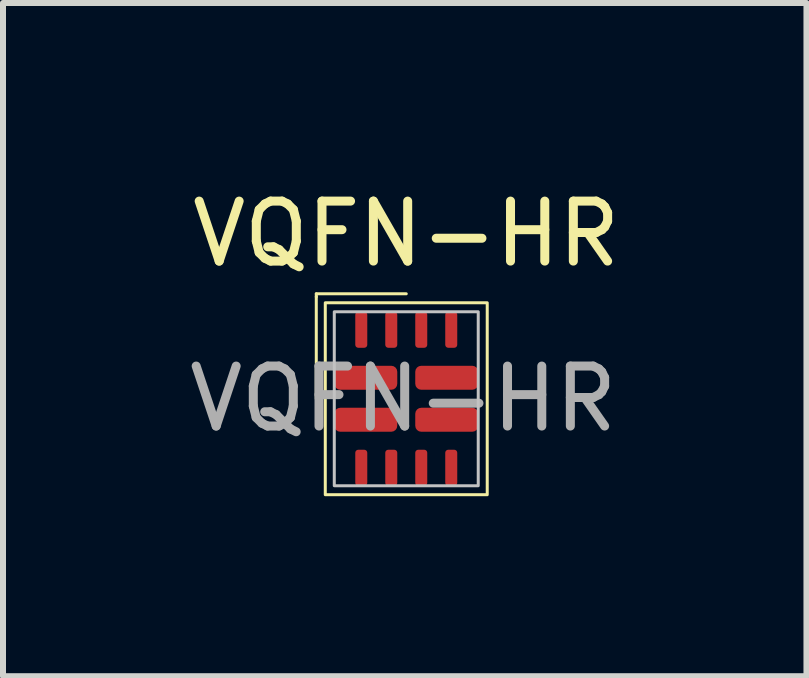
<source format=kicad_pcb>
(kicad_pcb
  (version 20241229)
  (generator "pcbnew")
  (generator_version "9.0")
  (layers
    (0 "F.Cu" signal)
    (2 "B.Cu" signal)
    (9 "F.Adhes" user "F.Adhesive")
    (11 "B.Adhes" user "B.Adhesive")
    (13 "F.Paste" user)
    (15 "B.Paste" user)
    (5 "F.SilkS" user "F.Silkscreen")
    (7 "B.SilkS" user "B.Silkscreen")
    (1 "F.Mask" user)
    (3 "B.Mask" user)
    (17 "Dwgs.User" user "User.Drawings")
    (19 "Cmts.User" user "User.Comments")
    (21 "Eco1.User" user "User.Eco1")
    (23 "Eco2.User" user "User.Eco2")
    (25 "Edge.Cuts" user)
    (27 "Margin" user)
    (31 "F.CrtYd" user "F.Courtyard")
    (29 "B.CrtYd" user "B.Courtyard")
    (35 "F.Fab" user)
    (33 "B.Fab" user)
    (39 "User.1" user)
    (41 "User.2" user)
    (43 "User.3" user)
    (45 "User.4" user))
  (footprint "VQFN-HR"
    (layer "F.Cu")
    (at 3.723 3.598)
    (property "Reference" "VQFN-HR" (at 0 -2.75 0) (unlocked yes) (layer "F.SilkS") (effects (font (size 1 1) (thickness 0.15))))
    (attr smd)
    (fp_line (start -1.5 -1.75) (end 0 -1.75) (stroke (width 0.05) (type solid)) (layer "F.SilkS"))
    (fp_line (start -1.5 -1.7) (end -1.5 -1.75) (stroke (width 0.05) (type solid)) (layer "F.SilkS"))
    (fp_line (start -1.5 0) (end -1.5 -1.7) (stroke (width 0.05) (type solid)) (layer "F.SilkS"))
    (fp_rect (start -1.35 -1.6) (end 1.35 1.6) (stroke (width 0.05) (type solid)) (fill no) (layer "F.SilkS"))
    (fp_rect (start -1.2 -1.45) (end 1.2 1.45) (stroke (width 0.05) (type solid)) (fill no) (layer "Dwgs.User"))
    (fp_text user "${REFERENCE}" (at -0.05 0 0) (unlocked yes) (layer "F.Fab") (effects (font (size 1 1) (thickness 0.15))))
    (pad "1" smd roundrect (at -0.675 -0.35) (size 1.05 0.4) (layers "F.Cu" "F.Mask" "F.Paste") (roundrect_rratio 0.25))
    (pad "2" smd roundrect (at -0.675 0.35) (size 1.05 0.4) (layers "F.Cu" "F.Mask" "F.Paste") (roundrect_rratio 0.25))
    (pad "3" smd roundrect (at -0.75 1.15 180) (size 0.2 0.6) (layers "F.Cu" "F.Mask" "F.Paste") (roundrect_rratio 0.25))
    (pad "4" smd roundrect (at -0.25 1.15 180) (size 0.2 0.6) (layers "F.Cu" "F.Mask" "F.Paste") (roundrect_rratio 0.25))
    (pad "5" smd roundrect (at 0.25 1.15 180) (size 0.2 0.6) (layers "F.Cu" "F.Mask" "F.Paste") (roundrect_rratio 0.25))
    (pad "6" smd roundrect (at 0.75 1.15 180) (size 0.2 0.6) (layers "F.Cu" "F.Mask" "F.Paste") (roundrect_rratio 0.25))
    (pad "7" smd roundrect (at 0.675 0.35) (size 1.05 0.4) (layers "F.Cu" "F.Mask" "F.Paste") (roundrect_rratio 0.25))
    (pad "8" smd roundrect (at 0.675 -0.35) (size 1.05 0.4) (layers "F.Cu" "F.Mask" "F.Paste") (roundrect_rratio 0.25))
    (pad "9" smd roundrect (at 0.75 -1.15 180) (size 0.2 0.6) (layers "F.Cu" "F.Mask" "F.Paste") (roundrect_rratio 0.25))
    (pad "10" smd roundrect (at 0.25 -1.15 180) (size 0.2 0.6) (layers "F.Cu" "F.Mask" "F.Paste") (roundrect_rratio 0.25))
    (pad "11" smd roundrect (at -0.25 -1.15 180) (size 0.2 0.6) (layers "F.Cu" "F.Mask" "F.Paste") (roundrect_rratio 0.25))
    (pad "12" smd roundrect (at -0.75 -1.15 180) (size 0.2 0.6) (layers "F.Cu" "F.Mask" "F.Paste") (roundrect_rratio 0.25)))
  (gr_rect
    (start -3 -3)
    (end 10.395 8.223)
    (stroke (width 0.1) (type default))
    (fill no)
    (layer "Edge.Cuts")))
</source>
